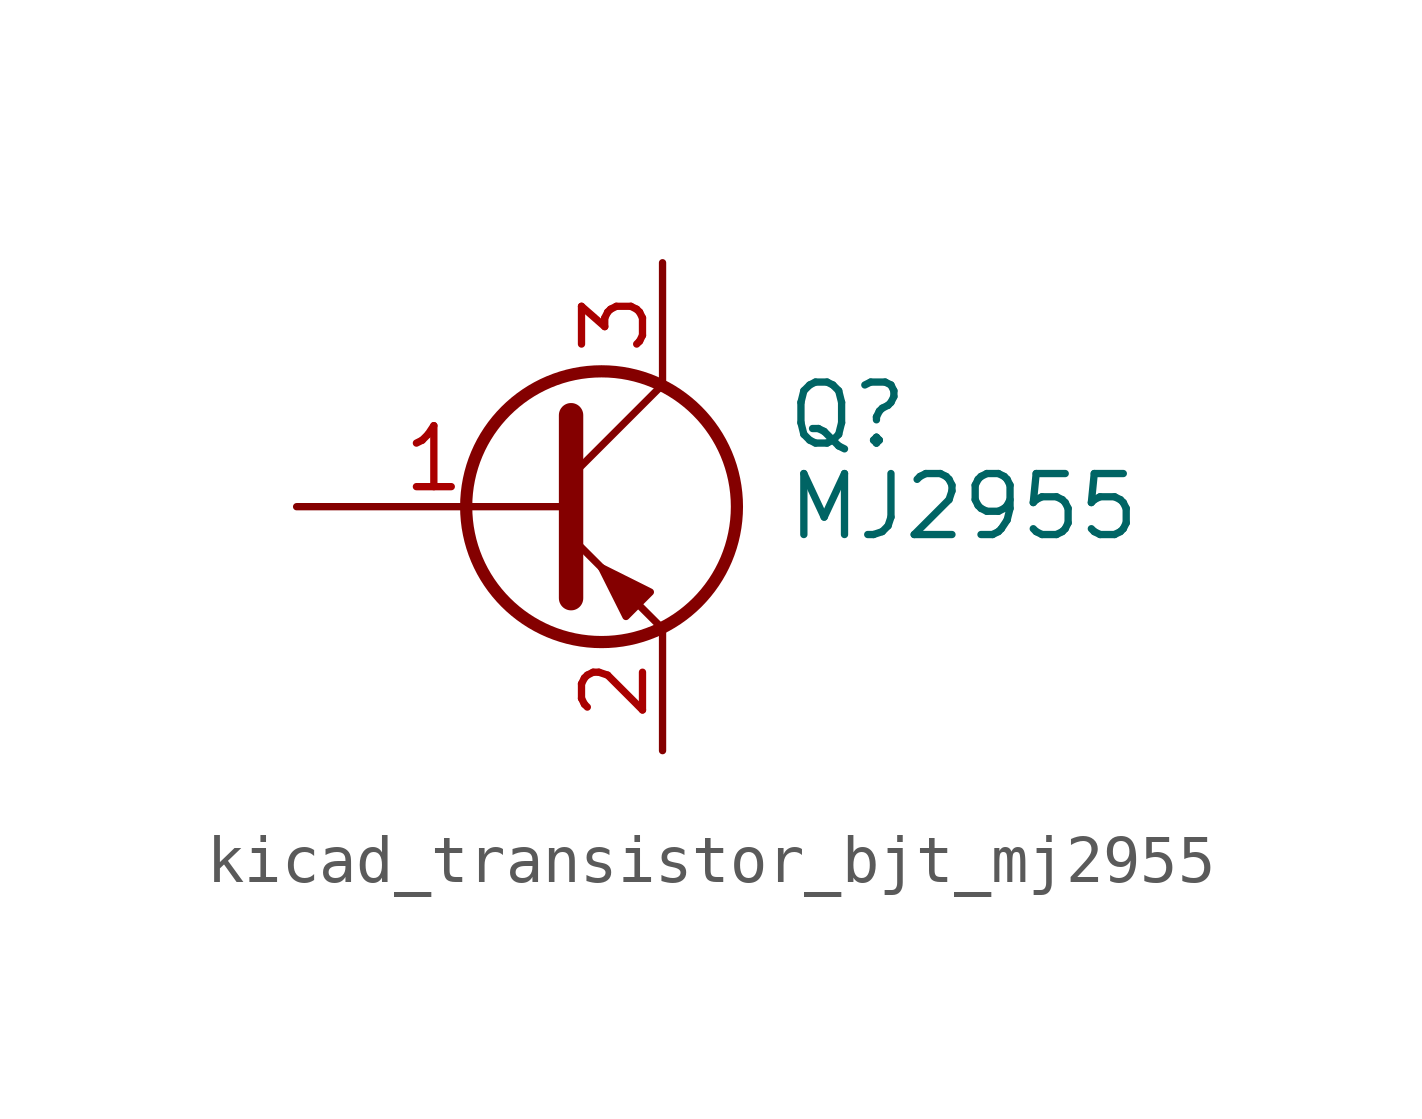
<source format=kicad_sym>
(kicad_symbol_lib
  (version 20220914)
  (generator kicad_symbol_editor)
  (symbol "kicad_transistor_bjt_mj2955"
    (pin_names
      (offset 0) hide)
    (property "Reference" "Q"
      (at 5.08 1.905 0)
      (effects (font (size 1.27 1.27)) (justify left)))
    (property "Value" "MJ2955"
      (at 5.08 0 0)
      (effects (font (size 1.27 1.27)) (justify left)))
    (symbol "kicad_transistor_bjt_mj2955_0_1"
      (polyline (pts (xy 0.635 0.635) (xy 2.54 2.54)) (stroke (width 0) (type default)) (fill (type none)))
      (polyline (pts (xy 0.635 -0.635) (xy 2.54 -2.54) (xy 2.54 -2.54)) (stroke (width 0) (type default)) (fill (type none)))
      (polyline (pts (xy 0.635 1.905) (xy 0.635 -1.905) (xy 0.635 -1.905)) (stroke (width 0.508) (type default)) (fill (type none)))
      (polyline (pts (xy 2.286 -1.778) (xy 1.778 -2.286) (xy 1.27 -1.27) (xy 2.286 -1.778) (xy 2.286 -1.778)) (stroke (width 0) (type default)) (fill (type outline)))
      (circle (center 1.27 0) (radius 2.819) (stroke (width 0.254) (type default)) (fill (type none))))
    (symbol "kicad_transistor_bjt_mj2955_1_1"
      (pin input line (at -5.08 0 0) (length 5.715) (name "B" (effects (font (size 1.27 1.27)))) (number "1" (effects (font (size 1.27 1.27)))))
      (pin passive line (at 2.54 -5.08 90) (length 2.54) (name "E" (effects (font (size 1.27 1.27)))) (number "2" (effects (font (size 1.27 1.27)))))
      (pin passive line (at 2.54 5.08 270) (length 2.54) (name "C" (effects (font (size 1.27 1.27)))) (number "3" (effects (font (size 1.27 1.27))))))))
</source>
